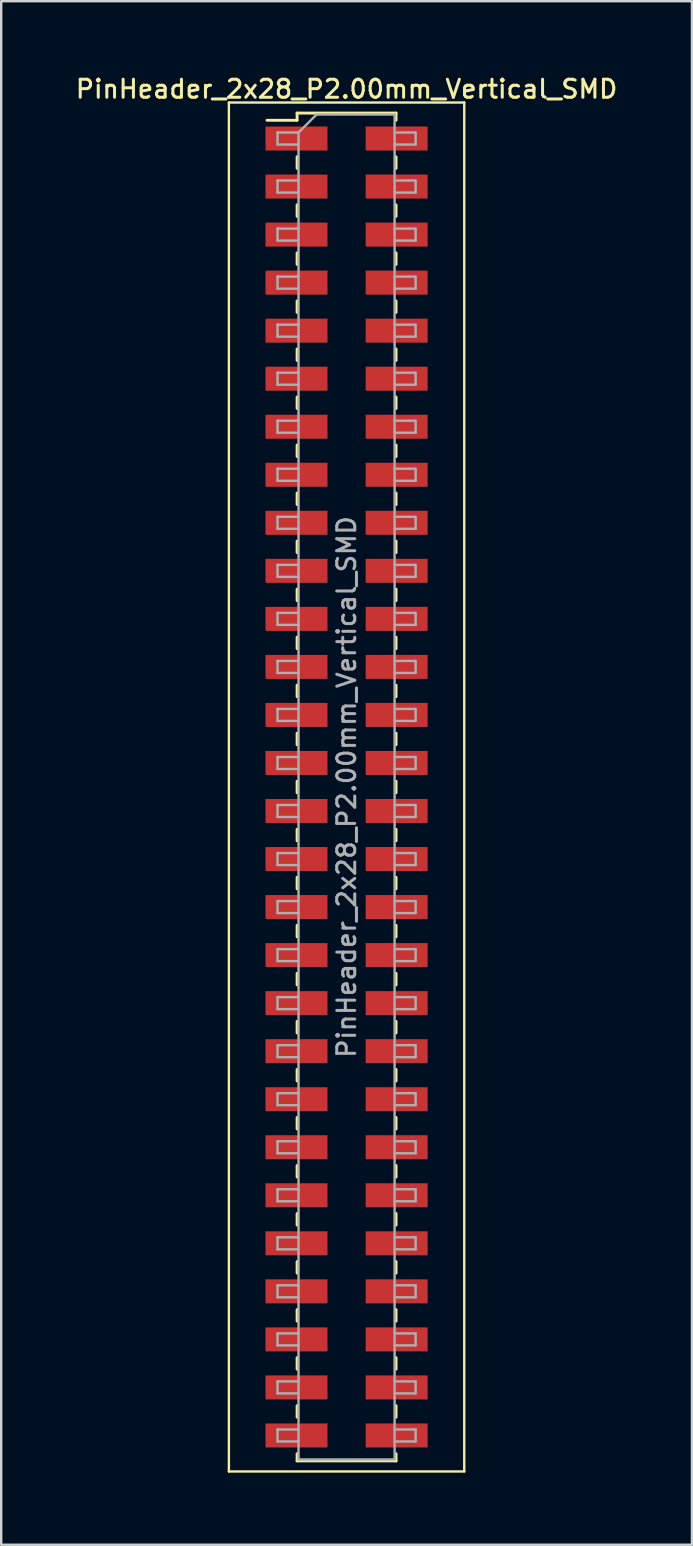
<source format=kicad_pcb>
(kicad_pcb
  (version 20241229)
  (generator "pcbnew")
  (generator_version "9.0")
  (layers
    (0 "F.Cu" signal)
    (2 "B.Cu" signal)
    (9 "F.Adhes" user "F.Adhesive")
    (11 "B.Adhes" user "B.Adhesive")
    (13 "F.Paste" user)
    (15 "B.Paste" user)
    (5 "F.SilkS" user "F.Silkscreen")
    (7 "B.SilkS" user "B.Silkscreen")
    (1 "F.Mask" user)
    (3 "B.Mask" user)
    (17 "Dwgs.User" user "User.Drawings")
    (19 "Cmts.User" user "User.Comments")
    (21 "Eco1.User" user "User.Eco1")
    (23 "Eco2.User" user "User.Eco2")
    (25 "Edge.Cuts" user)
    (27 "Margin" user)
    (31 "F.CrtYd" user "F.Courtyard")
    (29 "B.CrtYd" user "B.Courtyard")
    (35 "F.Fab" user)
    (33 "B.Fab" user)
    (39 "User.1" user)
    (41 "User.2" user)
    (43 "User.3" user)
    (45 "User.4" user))
  (footprint "PinHeader_2x28_P2.00mm_Vertical_SMD"
    (layer "F.Cu")
    (at 11.38 29.718)
    (property "Reference" "PinHeader_2x28_P2.00mm_Vertical_SMD" (at 0 -29.06 0) (layer "F.SilkS") (effects (font (size 0.75 0.75) (thickness 0.125))))
    (attr smd)
    (fp_line (start -4.9 -28.5) (end -4.9 28.5) (stroke (width 0.1) (type solid)) (layer "F.SilkS"))
    (fp_line (start -4.9 28.5) (end 4.9 28.5) (stroke (width 0.1) (type solid)) (layer "F.SilkS"))
    (fp_line (start -3.315 -27.76) (end -2.06 -27.76) (stroke (width 0.12) (type solid)) (layer "F.SilkS"))
    (fp_line (start -2.06 -28.06) (end -2.06 -27.76) (stroke (width 0.12) (type solid)) (layer "F.SilkS"))
    (fp_line (start -2.06 -28.06) (end 2.06 -28.06) (stroke (width 0.12) (type solid)) (layer "F.SilkS"))
    (fp_line (start -2.06 -26.24) (end -2.06 -25.76) (stroke (width 0.12) (type solid)) (layer "F.SilkS"))
    (fp_line (start -2.06 -24.24) (end -2.06 -23.76) (stroke (width 0.12) (type solid)) (layer "F.SilkS"))
    (fp_line (start -2.06 -22.24) (end -2.06 -21.76) (stroke (width 0.12) (type solid)) (layer "F.SilkS"))
    (fp_line (start -2.06 -20.24) (end -2.06 -19.76) (stroke (width 0.12) (type solid)) (layer "F.SilkS"))
    (fp_line (start -2.06 -18.24) (end -2.06 -17.76) (stroke (width 0.12) (type solid)) (layer "F.SilkS"))
    (fp_line (start -2.06 -16.24) (end -2.06 -15.76) (stroke (width 0.12) (type solid)) (layer "F.SilkS"))
    (fp_line (start -2.06 -14.24) (end -2.06 -13.76) (stroke (width 0.12) (type solid)) (layer "F.SilkS"))
    (fp_line (start -2.06 -12.24) (end -2.06 -11.76) (stroke (width 0.12) (type solid)) (layer "F.SilkS"))
    (fp_line (start -2.06 -10.24) (end -2.06 -9.76) (stroke (width 0.12) (type solid)) (layer "F.SilkS"))
    (fp_line (start -2.06 -8.24) (end -2.06 -7.76) (stroke (width 0.12) (type solid)) (layer "F.SilkS"))
    (fp_line (start -2.06 -6.24) (end -2.06 -5.76) (stroke (width 0.12) (type solid)) (layer "F.SilkS"))
    (fp_line (start -2.06 -4.24) (end -2.06 -3.76) (stroke (width 0.12) (type solid)) (layer "F.SilkS"))
    (fp_line (start -2.06 -2.24) (end -2.06 -1.76) (stroke (width 0.12) (type solid)) (layer "F.SilkS"))
    (fp_line (start -2.06 -0.24) (end -2.06 0.24) (stroke (width 0.12) (type solid)) (layer "F.SilkS"))
    (fp_line (start -2.06 1.76) (end -2.06 2.24) (stroke (width 0.12) (type solid)) (layer "F.SilkS"))
    (fp_line (start -2.06 3.76) (end -2.06 4.24) (stroke (width 0.12) (type solid)) (layer "F.SilkS"))
    (fp_line (start -2.06 5.76) (end -2.06 6.24) (stroke (width 0.12) (type solid)) (layer "F.SilkS"))
    (fp_line (start -2.06 7.76) (end -2.06 8.24) (stroke (width 0.12) (type solid)) (layer "F.SilkS"))
    (fp_line (start -2.06 9.76) (end -2.06 10.24) (stroke (width 0.12) (type solid)) (layer "F.SilkS"))
    (fp_line (start -2.06 11.76) (end -2.06 12.24) (stroke (width 0.12) (type solid)) (layer "F.SilkS"))
    (fp_line (start -2.06 13.76) (end -2.06 14.24) (stroke (width 0.12) (type solid)) (layer "F.SilkS"))
    (fp_line (start -2.06 15.76) (end -2.06 16.24) (stroke (width 0.12) (type solid)) (layer "F.SilkS"))
    (fp_line (start -2.06 17.76) (end -2.06 18.24) (stroke (width 0.12) (type solid)) (layer "F.SilkS"))
    (fp_line (start -2.06 19.76) (end -2.06 20.24) (stroke (width 0.12) (type solid)) (layer "F.SilkS"))
    (fp_line (start -2.06 21.76) (end -2.06 22.24) (stroke (width 0.12) (type solid)) (layer "F.SilkS"))
    (fp_line (start -2.06 23.76) (end -2.06 24.24) (stroke (width 0.12) (type solid)) (layer "F.SilkS"))
    (fp_line (start -2.06 25.76) (end -2.06 26.24) (stroke (width 0.12) (type solid)) (layer "F.SilkS"))
    (fp_line (start -2.06 27.76) (end -2.06 28.06) (stroke (width 0.12) (type solid)) (layer "F.SilkS"))
    (fp_line (start -2.06 28.06) (end 2.06 28.06) (stroke (width 0.12) (type solid)) (layer "F.SilkS"))
    (fp_line (start 2.06 -28.06) (end 2.06 -27.76) (stroke (width 0.12) (type solid)) (layer "F.SilkS"))
    (fp_line (start 2.06 -26.24) (end 2.06 -25.76) (stroke (width 0.12) (type solid)) (layer "F.SilkS"))
    (fp_line (start 2.06 -24.24) (end 2.06 -23.76) (stroke (width 0.12) (type solid)) (layer "F.SilkS"))
    (fp_line (start 2.06 -22.24) (end 2.06 -21.76) (stroke (width 0.12) (type solid)) (layer "F.SilkS"))
    (fp_line (start 2.06 -20.24) (end 2.06 -19.76) (stroke (width 0.12) (type solid)) (layer "F.SilkS"))
    (fp_line (start 2.06 -18.24) (end 2.06 -17.76) (stroke (width 0.12) (type solid)) (layer "F.SilkS"))
    (fp_line (start 2.06 -16.24) (end 2.06 -15.76) (stroke (width 0.12) (type solid)) (layer "F.SilkS"))
    (fp_line (start 2.06 -14.24) (end 2.06 -13.76) (stroke (width 0.12) (type solid)) (layer "F.SilkS"))
    (fp_line (start 2.06 -12.24) (end 2.06 -11.76) (stroke (width 0.12) (type solid)) (layer "F.SilkS"))
    (fp_line (start 2.06 -10.24) (end 2.06 -9.76) (stroke (width 0.12) (type solid)) (layer "F.SilkS"))
    (fp_line (start 2.06 -8.24) (end 2.06 -7.76) (stroke (width 0.12) (type solid)) (layer "F.SilkS"))
    (fp_line (start 2.06 -6.24) (end 2.06 -5.76) (stroke (width 0.12) (type solid)) (layer "F.SilkS"))
    (fp_line (start 2.06 -4.24) (end 2.06 -3.76) (stroke (width 0.12) (type solid)) (layer "F.SilkS"))
    (fp_line (start 2.06 -2.24) (end 2.06 -1.76) (stroke (width 0.12) (type solid)) (layer "F.SilkS"))
    (fp_line (start 2.06 -0.24) (end 2.06 0.24) (stroke (width 0.12) (type solid)) (layer "F.SilkS"))
    (fp_line (start 2.06 1.76) (end 2.06 2.24) (stroke (width 0.12) (type solid)) (layer "F.SilkS"))
    (fp_line (start 2.06 3.76) (end 2.06 4.24) (stroke (width 0.12) (type solid)) (layer "F.SilkS"))
    (fp_line (start 2.06 5.76) (end 2.06 6.24) (stroke (width 0.12) (type solid)) (layer "F.SilkS"))
    (fp_line (start 2.06 7.76) (end 2.06 8.24) (stroke (width 0.12) (type solid)) (layer "F.SilkS"))
    (fp_line (start 2.06 9.76) (end 2.06 10.24) (stroke (width 0.12) (type solid)) (layer "F.SilkS"))
    (fp_line (start 2.06 11.76) (end 2.06 12.24) (stroke (width 0.12) (type solid)) (layer "F.SilkS"))
    (fp_line (start 2.06 13.76) (end 2.06 14.24) (stroke (width 0.12) (type solid)) (layer "F.SilkS"))
    (fp_line (start 2.06 15.76) (end 2.06 16.24) (stroke (width 0.12) (type solid)) (layer "F.SilkS"))
    (fp_line (start 2.06 17.76) (end 2.06 18.24) (stroke (width 0.12) (type solid)) (layer "F.SilkS"))
    (fp_line (start 2.06 19.76) (end 2.06 20.24) (stroke (width 0.12) (type solid)) (layer "F.SilkS"))
    (fp_line (start 2.06 21.76) (end 2.06 22.24) (stroke (width 0.12) (type solid)) (layer "F.SilkS"))
    (fp_line (start 2.06 23.76) (end 2.06 24.24) (stroke (width 0.12) (type solid)) (layer "F.SilkS"))
    (fp_line (start 2.06 25.76) (end 2.06 26.24) (stroke (width 0.12) (type solid)) (layer "F.SilkS"))
    (fp_line (start 2.06 27.76) (end 2.06 28.06) (stroke (width 0.12) (type solid)) (layer "F.SilkS"))
    (fp_line (start 4.9 -28.5) (end -4.9 -28.5) (stroke (width 0.1) (type solid)) (layer "F.SilkS"))
    (fp_line (start 4.9 28.5) (end 4.9 -28.5) (stroke (width 0.1) (type solid)) (layer "F.SilkS"))
    (fp_line (start -2.875 -27.25) (end -2.875 -26.75) (stroke (width 0.1) (type solid)) (layer "F.Fab"))
    (fp_line (start -2.875 -26.75) (end -2 -26.75) (stroke (width 0.1) (type solid)) (layer "F.Fab"))
    (fp_line (start -2.875 -25.25) (end -2.875 -24.75) (stroke (width 0.1) (type solid)) (layer "F.Fab"))
    (fp_line (start -2.875 -24.75) (end -2 -24.75) (stroke (width 0.1) (type solid)) (layer "F.Fab"))
    (fp_line (start -2.875 -23.25) (end -2.875 -22.75) (stroke (width 0.1) (type solid)) (layer "F.Fab"))
    (fp_line (start -2.875 -22.75) (end -2 -22.75) (stroke (width 0.1) (type solid)) (layer "F.Fab"))
    (fp_line (start -2.875 -21.25) (end -2.875 -20.75) (stroke (width 0.1) (type solid)) (layer "F.Fab"))
    (fp_line (start -2.875 -20.75) (end -2 -20.75) (stroke (width 0.1) (type solid)) (layer "F.Fab"))
    (fp_line (start -2.875 -19.25) (end -2.875 -18.75) (stroke (width 0.1) (type solid)) (layer "F.Fab"))
    (fp_line (start -2.875 -18.75) (end -2 -18.75) (stroke (width 0.1) (type solid)) (layer "F.Fab"))
    (fp_line (start -2.875 -17.25) (end -2.875 -16.75) (stroke (width 0.1) (type solid)) (layer "F.Fab"))
    (fp_line (start -2.875 -16.75) (end -2 -16.75) (stroke (width 0.1) (type solid)) (layer "F.Fab"))
    (fp_line (start -2.875 -15.25) (end -2.875 -14.75) (stroke (width 0.1) (type solid)) (layer "F.Fab"))
    (fp_line (start -2.875 -14.75) (end -2 -14.75) (stroke (width 0.1) (type solid)) (layer "F.Fab"))
    (fp_line (start -2.875 -13.25) (end -2.875 -12.75) (stroke (width 0.1) (type solid)) (layer "F.Fab"))
    (fp_line (start -2.875 -12.75) (end -2 -12.75) (stroke (width 0.1) (type solid)) (layer "F.Fab"))
    (fp_line (start -2.875 -11.25) (end -2.875 -10.75) (stroke (width 0.1) (type solid)) (layer "F.Fab"))
    (fp_line (start -2.875 -10.75) (end -2 -10.75) (stroke (width 0.1) (type solid)) (layer "F.Fab"))
    (fp_line (start -2.875 -9.25) (end -2.875 -8.75) (stroke (width 0.1) (type solid)) (layer "F.Fab"))
    (fp_line (start -2.875 -8.75) (end -2 -8.75) (stroke (width 0.1) (type solid)) (layer "F.Fab"))
    (fp_line (start -2.875 -7.25) (end -2.875 -6.75) (stroke (width 0.1) (type solid)) (layer "F.Fab"))
    (fp_line (start -2.875 -6.75) (end -2 -6.75) (stroke (width 0.1) (type solid)) (layer "F.Fab"))
    (fp_line (start -2.875 -5.25) (end -2.875 -4.75) (stroke (width 0.1) (type solid)) (layer "F.Fab"))
    (fp_line (start -2.875 -4.75) (end -2 -4.75) (stroke (width 0.1) (type solid)) (layer "F.Fab"))
    (fp_line (start -2.875 -3.25) (end -2.875 -2.75) (stroke (width 0.1) (type solid)) (layer "F.Fab"))
    (fp_line (start -2.875 -2.75) (end -2 -2.75) (stroke (width 0.1) (type solid)) (layer "F.Fab"))
    (fp_line (start -2.875 -1.25) (end -2.875 -0.75) (stroke (width 0.1) (type solid)) (layer "F.Fab"))
    (fp_line (start -2.875 -0.75) (end -2 -0.75) (stroke (width 0.1) (type solid)) (layer "F.Fab"))
    (fp_line (start -2.875 0.75) (end -2.875 1.25) (stroke (width 0.1) (type solid)) (layer "F.Fab"))
    (fp_line (start -2.875 1.25) (end -2 1.25) (stroke (width 0.1) (type solid)) (layer "F.Fab"))
    (fp_line (start -2.875 2.75) (end -2.875 3.25) (stroke (width 0.1) (type solid)) (layer "F.Fab"))
    (fp_line (start -2.875 3.25) (end -2 3.25) (stroke (width 0.1) (type solid)) (layer "F.Fab"))
    (fp_line (start -2.875 4.75) (end -2.875 5.25) (stroke (width 0.1) (type solid)) (layer "F.Fab"))
    (fp_line (start -2.875 5.25) (end -2 5.25) (stroke (width 0.1) (type solid)) (layer "F.Fab"))
    (fp_line (start -2.875 6.75) (end -2.875 7.25) (stroke (width 0.1) (type solid)) (layer "F.Fab"))
    (fp_line (start -2.875 7.25) (end -2 7.25) (stroke (width 0.1) (type solid)) (layer "F.Fab"))
    (fp_line (start -2.875 8.75) (end -2.875 9.25) (stroke (width 0.1) (type solid)) (layer "F.Fab"))
    (fp_line (start -2.875 9.25) (end -2 9.25) (stroke (width 0.1) (type solid)) (layer "F.Fab"))
    (fp_line (start -2.875 10.75) (end -2.875 11.25) (stroke (width 0.1) (type solid)) (layer "F.Fab"))
    (fp_line (start -2.875 11.25) (end -2 11.25) (stroke (width 0.1) (type solid)) (layer "F.Fab"))
    (fp_line (start -2.875 12.75) (end -2.875 13.25) (stroke (width 0.1) (type solid)) (layer "F.Fab"))
    (fp_line (start -2.875 13.25) (end -2 13.25) (stroke (width 0.1) (type solid)) (layer "F.Fab"))
    (fp_line (start -2.875 14.75) (end -2.875 15.25) (stroke (width 0.1) (type solid)) (layer "F.Fab"))
    (fp_line (start -2.875 15.25) (end -2 15.25) (stroke (width 0.1) (type solid)) (layer "F.Fab"))
    (fp_line (start -2.875 16.75) (end -2.875 17.25) (stroke (width 0.1) (type solid)) (layer "F.Fab"))
    (fp_line (start -2.875 17.25) (end -2 17.25) (stroke (width 0.1) (type solid)) (layer "F.Fab"))
    (fp_line (start -2.875 18.75) (end -2.875 19.25) (stroke (width 0.1) (type solid)) (layer "F.Fab"))
    (fp_line (start -2.875 19.25) (end -2 19.25) (stroke (width 0.1) (type solid)) (layer "F.Fab"))
    (fp_line (start -2.875 20.75) (end -2.875 21.25) (stroke (width 0.1) (type solid)) (layer "F.Fab"))
    (fp_line (start -2.875 21.25) (end -2 21.25) (stroke (width 0.1) (type solid)) (layer "F.Fab"))
    (fp_line (start -2.875 22.75) (end -2.875 23.25) (stroke (width 0.1) (type solid)) (layer "F.Fab"))
    (fp_line (start -2.875 23.25) (end -2 23.25) (stroke (width 0.1) (type solid)) (layer "F.Fab"))
    (fp_line (start -2.875 24.75) (end -2.875 25.25) (stroke (width 0.1) (type solid)) (layer "F.Fab"))
    (fp_line (start -2.875 25.25) (end -2 25.25) (stroke (width 0.1) (type solid)) (layer "F.Fab"))
    (fp_line (start -2.875 26.75) (end -2.875 27.25) (stroke (width 0.1) (type solid)) (layer "F.Fab"))
    (fp_line (start -2.875 27.25) (end -2 27.25) (stroke (width 0.1) (type solid)) (layer "F.Fab"))
    (fp_line (start -2 -27.25) (end -2.875 -27.25) (stroke (width 0.1) (type solid)) (layer "F.Fab"))
    (fp_line (start -2 -27.25) (end -1.25 -28) (stroke (width 0.1) (type solid)) (layer "F.Fab"))
    (fp_line (start -2 -25.25) (end -2.875 -25.25) (stroke (width 0.1) (type solid)) (layer "F.Fab"))
    (fp_line (start -2 -23.25) (end -2.875 -23.25) (stroke (width 0.1) (type solid)) (layer "F.Fab"))
    (fp_line (start -2 -21.25) (end -2.875 -21.25) (stroke (width 0.1) (type solid)) (layer "F.Fab"))
    (fp_line (start -2 -19.25) (end -2.875 -19.25) (stroke (width 0.1) (type solid)) (layer "F.Fab"))
    (fp_line (start -2 -17.25) (end -2.875 -17.25) (stroke (width 0.1) (type solid)) (layer "F.Fab"))
    (fp_line (start -2 -15.25) (end -2.875 -15.25) (stroke (width 0.1) (type solid)) (layer "F.Fab"))
    (fp_line (start -2 -13.25) (end -2.875 -13.25) (stroke (width 0.1) (type solid)) (layer "F.Fab"))
    (fp_line (start -2 -11.25) (end -2.875 -11.25) (stroke (width 0.1) (type solid)) (layer "F.Fab"))
    (fp_line (start -2 -9.25) (end -2.875 -9.25) (stroke (width 0.1) (type solid)) (layer "F.Fab"))
    (fp_line (start -2 -7.25) (end -2.875 -7.25) (stroke (width 0.1) (type solid)) (layer "F.Fab"))
    (fp_line (start -2 -5.25) (end -2.875 -5.25) (stroke (width 0.1) (type solid)) (layer "F.Fab"))
    (fp_line (start -2 -3.25) (end -2.875 -3.25) (stroke (width 0.1) (type solid)) (layer "F.Fab"))
    (fp_line (start -2 -1.25) (end -2.875 -1.25) (stroke (width 0.1) (type solid)) (layer "F.Fab"))
    (fp_line (start -2 0.75) (end -2.875 0.75) (stroke (width 0.1) (type solid)) (layer "F.Fab"))
    (fp_line (start -2 2.75) (end -2.875 2.75) (stroke (width 0.1) (type solid)) (layer "F.Fab"))
    (fp_line (start -2 4.75) (end -2.875 4.75) (stroke (width 0.1) (type solid)) (layer "F.Fab"))
    (fp_line (start -2 6.75) (end -2.875 6.75) (stroke (width 0.1) (type solid)) (layer "F.Fab"))
    (fp_line (start -2 8.75) (end -2.875 8.75) (stroke (width 0.1) (type solid)) (layer "F.Fab"))
    (fp_line (start -2 10.75) (end -2.875 10.75) (stroke (width 0.1) (type solid)) (layer "F.Fab"))
    (fp_line (start -2 12.75) (end -2.875 12.75) (stroke (width 0.1) (type solid)) (layer "F.Fab"))
    (fp_line (start -2 14.75) (end -2.875 14.75) (stroke (width 0.1) (type solid)) (layer "F.Fab"))
    (fp_line (start -2 16.75) (end -2.875 16.75) (stroke (width 0.1) (type solid)) (layer "F.Fab"))
    (fp_line (start -2 18.75) (end -2.875 18.75) (stroke (width 0.1) (type solid)) (layer "F.Fab"))
    (fp_line (start -2 20.75) (end -2.875 20.75) (stroke (width 0.1) (type solid)) (layer "F.Fab"))
    (fp_line (start -2 22.75) (end -2.875 22.75) (stroke (width 0.1) (type solid)) (layer "F.Fab"))
    (fp_line (start -2 24.75) (end -2.875 24.75) (stroke (width 0.1) (type solid)) (layer "F.Fab"))
    (fp_line (start -2 26.75) (end -2.875 26.75) (stroke (width 0.1) (type solid)) (layer "F.Fab"))
    (fp_line (start -2 28) (end -2 -27.25) (stroke (width 0.1) (type solid)) (layer "F.Fab"))
    (fp_line (start -1.25 -28) (end 2 -28) (stroke (width 0.1) (type solid)) (layer "F.Fab"))
    (fp_line (start 2 -28) (end 2 28) (stroke (width 0.1) (type solid)) (layer "F.Fab"))
    (fp_line (start 2 -27.25) (end 2.875 -27.25) (stroke (width 0.1) (type solid)) (layer "F.Fab"))
    (fp_line (start 2 -25.25) (end 2.875 -25.25) (stroke (width 0.1) (type solid)) (layer "F.Fab"))
    (fp_line (start 2 -23.25) (end 2.875 -23.25) (stroke (width 0.1) (type solid)) (layer "F.Fab"))
    (fp_line (start 2 -21.25) (end 2.875 -21.25) (stroke (width 0.1) (type solid)) (layer "F.Fab"))
    (fp_line (start 2 -19.25) (end 2.875 -19.25) (stroke (width 0.1) (type solid)) (layer "F.Fab"))
    (fp_line (start 2 -17.25) (end 2.875 -17.25) (stroke (width 0.1) (type solid)) (layer "F.Fab"))
    (fp_line (start 2 -15.25) (end 2.875 -15.25) (stroke (width 0.1) (type solid)) (layer "F.Fab"))
    (fp_line (start 2 -13.25) (end 2.875 -13.25) (stroke (width 0.1) (type solid)) (layer "F.Fab"))
    (fp_line (start 2 -11.25) (end 2.875 -11.25) (stroke (width 0.1) (type solid)) (layer "F.Fab"))
    (fp_line (start 2 -9.25) (end 2.875 -9.25) (stroke (width 0.1) (type solid)) (layer "F.Fab"))
    (fp_line (start 2 -7.25) (end 2.875 -7.25) (stroke (width 0.1) (type solid)) (layer "F.Fab"))
    (fp_line (start 2 -5.25) (end 2.875 -5.25) (stroke (width 0.1) (type solid)) (layer "F.Fab"))
    (fp_line (start 2 -3.25) (end 2.875 -3.25) (stroke (width 0.1) (type solid)) (layer "F.Fab"))
    (fp_line (start 2 -1.25) (end 2.875 -1.25) (stroke (width 0.1) (type solid)) (layer "F.Fab"))
    (fp_line (start 2 0.75) (end 2.875 0.75) (stroke (width 0.1) (type solid)) (layer "F.Fab"))
    (fp_line (start 2 2.75) (end 2.875 2.75) (stroke (width 0.1) (type solid)) (layer "F.Fab"))
    (fp_line (start 2 4.75) (end 2.875 4.75) (stroke (width 0.1) (type solid)) (layer "F.Fab"))
    (fp_line (start 2 6.75) (end 2.875 6.75) (stroke (width 0.1) (type solid)) (layer "F.Fab"))
    (fp_line (start 2 8.75) (end 2.875 8.75) (stroke (width 0.1) (type solid)) (layer "F.Fab"))
    (fp_line (start 2 10.75) (end 2.875 10.75) (stroke (width 0.1) (type solid)) (layer "F.Fab"))
    (fp_line (start 2 12.75) (end 2.875 12.75) (stroke (width 0.1) (type solid)) (layer "F.Fab"))
    (fp_line (start 2 14.75) (end 2.875 14.75) (stroke (width 0.1) (type solid)) (layer "F.Fab"))
    (fp_line (start 2 16.75) (end 2.875 16.75) (stroke (width 0.1) (type solid)) (layer "F.Fab"))
    (fp_line (start 2 18.75) (end 2.875 18.75) (stroke (width 0.1) (type solid)) (layer "F.Fab"))
    (fp_line (start 2 20.75) (end 2.875 20.75) (stroke (width 0.1) (type solid)) (layer "F.Fab"))
    (fp_line (start 2 22.75) (end 2.875 22.75) (stroke (width 0.1) (type solid)) (layer "F.Fab"))
    (fp_line (start 2 24.75) (end 2.875 24.75) (stroke (width 0.1) (type solid)) (layer "F.Fab"))
    (fp_line (start 2 26.75) (end 2.875 26.75) (stroke (width 0.1) (type solid)) (layer "F.Fab"))
    (fp_line (start 2 28) (end -2 28) (stroke (width 0.1) (type solid)) (layer "F.Fab"))
    (fp_line (start 2.875 -27.25) (end 2.875 -26.75) (stroke (width 0.1) (type solid)) (layer "F.Fab"))
    (fp_line (start 2.875 -26.75) (end 2 -26.75) (stroke (width 0.1) (type solid)) (layer "F.Fab"))
    (fp_line (start 2.875 -25.25) (end 2.875 -24.75) (stroke (width 0.1) (type solid)) (layer "F.Fab"))
    (fp_line (start 2.875 -24.75) (end 2 -24.75) (stroke (width 0.1) (type solid)) (layer "F.Fab"))
    (fp_line (start 2.875 -23.25) (end 2.875 -22.75) (stroke (width 0.1) (type solid)) (layer "F.Fab"))
    (fp_line (start 2.875 -22.75) (end 2 -22.75) (stroke (width 0.1) (type solid)) (layer "F.Fab"))
    (fp_line (start 2.875 -21.25) (end 2.875 -20.75) (stroke (width 0.1) (type solid)) (layer "F.Fab"))
    (fp_line (start 2.875 -20.75) (end 2 -20.75) (stroke (width 0.1) (type solid)) (layer "F.Fab"))
    (fp_line (start 2.875 -19.25) (end 2.875 -18.75) (stroke (width 0.1) (type solid)) (layer "F.Fab"))
    (fp_line (start 2.875 -18.75) (end 2 -18.75) (stroke (width 0.1) (type solid)) (layer "F.Fab"))
    (fp_line (start 2.875 -17.25) (end 2.875 -16.75) (stroke (width 0.1) (type solid)) (layer "F.Fab"))
    (fp_line (start 2.875 -16.75) (end 2 -16.75) (stroke (width 0.1) (type solid)) (layer "F.Fab"))
    (fp_line (start 2.875 -15.25) (end 2.875 -14.75) (stroke (width 0.1) (type solid)) (layer "F.Fab"))
    (fp_line (start 2.875 -14.75) (end 2 -14.75) (stroke (width 0.1) (type solid)) (layer "F.Fab"))
    (fp_line (start 2.875 -13.25) (end 2.875 -12.75) (stroke (width 0.1) (type solid)) (layer "F.Fab"))
    (fp_line (start 2.875 -12.75) (end 2 -12.75) (stroke (width 0.1) (type solid)) (layer "F.Fab"))
    (fp_line (start 2.875 -11.25) (end 2.875 -10.75) (stroke (width 0.1) (type solid)) (layer "F.Fab"))
    (fp_line (start 2.875 -10.75) (end 2 -10.75) (stroke (width 0.1) (type solid)) (layer "F.Fab"))
    (fp_line (start 2.875 -9.25) (end 2.875 -8.75) (stroke (width 0.1) (type solid)) (layer "F.Fab"))
    (fp_line (start 2.875 -8.75) (end 2 -8.75) (stroke (width 0.1) (type solid)) (layer "F.Fab"))
    (fp_line (start 2.875 -7.25) (end 2.875 -6.75) (stroke (width 0.1) (type solid)) (layer "F.Fab"))
    (fp_line (start 2.875 -6.75) (end 2 -6.75) (stroke (width 0.1) (type solid)) (layer "F.Fab"))
    (fp_line (start 2.875 -5.25) (end 2.875 -4.75) (stroke (width 0.1) (type solid)) (layer "F.Fab"))
    (fp_line (start 2.875 -4.75) (end 2 -4.75) (stroke (width 0.1) (type solid)) (layer "F.Fab"))
    (fp_line (start 2.875 -3.25) (end 2.875 -2.75) (stroke (width 0.1) (type solid)) (layer "F.Fab"))
    (fp_line (start 2.875 -2.75) (end 2 -2.75) (stroke (width 0.1) (type solid)) (layer "F.Fab"))
    (fp_line (start 2.875 -1.25) (end 2.875 -0.75) (stroke (width 0.1) (type solid)) (layer "F.Fab"))
    (fp_line (start 2.875 -0.75) (end 2 -0.75) (stroke (width 0.1) (type solid)) (layer "F.Fab"))
    (fp_line (start 2.875 0.75) (end 2.875 1.25) (stroke (width 0.1) (type solid)) (layer "F.Fab"))
    (fp_line (start 2.875 1.25) (end 2 1.25) (stroke (width 0.1) (type solid)) (layer "F.Fab"))
    (fp_line (start 2.875 2.75) (end 2.875 3.25) (stroke (width 0.1) (type solid)) (layer "F.Fab"))
    (fp_line (start 2.875 3.25) (end 2 3.25) (stroke (width 0.1) (type solid)) (layer "F.Fab"))
    (fp_line (start 2.875 4.75) (end 2.875 5.25) (stroke (width 0.1) (type solid)) (layer "F.Fab"))
    (fp_line (start 2.875 5.25) (end 2 5.25) (stroke (width 0.1) (type solid)) (layer "F.Fab"))
    (fp_line (start 2.875 6.75) (end 2.875 7.25) (stroke (width 0.1) (type solid)) (layer "F.Fab"))
    (fp_line (start 2.875 7.25) (end 2 7.25) (stroke (width 0.1) (type solid)) (layer "F.Fab"))
    (fp_line (start 2.875 8.75) (end 2.875 9.25) (stroke (width 0.1) (type solid)) (layer "F.Fab"))
    (fp_line (start 2.875 9.25) (end 2 9.25) (stroke (width 0.1) (type solid)) (layer "F.Fab"))
    (fp_line (start 2.875 10.75) (end 2.875 11.25) (stroke (width 0.1) (type solid)) (layer "F.Fab"))
    (fp_line (start 2.875 11.25) (end 2 11.25) (stroke (width 0.1) (type solid)) (layer "F.Fab"))
    (fp_line (start 2.875 12.75) (end 2.875 13.25) (stroke (width 0.1) (type solid)) (layer "F.Fab"))
    (fp_line (start 2.875 13.25) (end 2 13.25) (stroke (width 0.1) (type solid)) (layer "F.Fab"))
    (fp_line (start 2.875 14.75) (end 2.875 15.25) (stroke (width 0.1) (type solid)) (layer "F.Fab"))
    (fp_line (start 2.875 15.25) (end 2 15.25) (stroke (width 0.1) (type solid)) (layer "F.Fab"))
    (fp_line (start 2.875 16.75) (end 2.875 17.25) (stroke (width 0.1) (type solid)) (layer "F.Fab"))
    (fp_line (start 2.875 17.25) (end 2 17.25) (stroke (width 0.1) (type solid)) (layer "F.Fab"))
    (fp_line (start 2.875 18.75) (end 2.875 19.25) (stroke (width 0.1) (type solid)) (layer "F.Fab"))
    (fp_line (start 2.875 19.25) (end 2 19.25) (stroke (width 0.1) (type solid)) (layer "F.Fab"))
    (fp_line (start 2.875 20.75) (end 2.875 21.25) (stroke (width 0.1) (type solid)) (layer "F.Fab"))
    (fp_line (start 2.875 21.25) (end 2 21.25) (stroke (width 0.1) (type solid)) (layer "F.Fab"))
    (fp_line (start 2.875 22.75) (end 2.875 23.25) (stroke (width 0.1) (type solid)) (layer "F.Fab"))
    (fp_line (start 2.875 23.25) (end 2 23.25) (stroke (width 0.1) (type solid)) (layer "F.Fab"))
    (fp_line (start 2.875 24.75) (end 2.875 25.25) (stroke (width 0.1) (type solid)) (layer "F.Fab"))
    (fp_line (start 2.875 25.25) (end 2 25.25) (stroke (width 0.1) (type solid)) (layer "F.Fab"))
    (fp_line (start 2.875 26.75) (end 2.875 27.25) (stroke (width 0.1) (type solid)) (layer "F.Fab"))
    (fp_line (start 2.875 27.25) (end 2 27.25) (stroke (width 0.1) (type solid)) (layer "F.Fab"))
    (fp_text user "${REFERENCE}" (at 0 0 90) (layer "F.Fab") (effects (font (size 0.75 0.75) (thickness 0.125))))
    (pad "1" smd rect (at -2.085 -27) (size 2.58 1) (layers "F.Cu" "F.Mask" "F.Paste"))
    (pad "2" smd rect (at 2.085 -27) (size 2.58 1) (layers "F.Cu" "F.Mask" "F.Paste"))
    (pad "3" smd rect (at -2.085 -25) (size 2.58 1) (layers "F.Cu" "F.Mask" "F.Paste"))
    (pad "4" smd rect (at 2.085 -25) (size 2.58 1) (layers "F.Cu" "F.Mask" "F.Paste"))
    (pad "5" smd rect (at -2.085 -23) (size 2.58 1) (layers "F.Cu" "F.Mask" "F.Paste"))
    (pad "6" smd rect (at 2.085 -23) (size 2.58 1) (layers "F.Cu" "F.Mask" "F.Paste"))
    (pad "7" smd rect (at -2.085 -21) (size 2.58 1) (layers "F.Cu" "F.Mask" "F.Paste"))
    (pad "8" smd rect (at 2.085 -21) (size 2.58 1) (layers "F.Cu" "F.Mask" "F.Paste"))
    (pad "9" smd rect (at -2.085 -19) (size 2.58 1) (layers "F.Cu" "F.Mask" "F.Paste"))
    (pad "10" smd rect (at 2.085 -19) (size 2.58 1) (layers "F.Cu" "F.Mask" "F.Paste"))
    (pad "11" smd rect (at -2.085 -17) (size 2.58 1) (layers "F.Cu" "F.Mask" "F.Paste"))
    (pad "12" smd rect (at 2.085 -17) (size 2.58 1) (layers "F.Cu" "F.Mask" "F.Paste"))
    (pad "13" smd rect (at -2.085 -15) (size 2.58 1) (layers "F.Cu" "F.Mask" "F.Paste"))
    (pad "14" smd rect (at 2.085 -15) (size 2.58 1) (layers "F.Cu" "F.Mask" "F.Paste"))
    (pad "15" smd rect (at -2.085 -13) (size 2.58 1) (layers "F.Cu" "F.Mask" "F.Paste"))
    (pad "16" smd rect (at 2.085 -13) (size 2.58 1) (layers "F.Cu" "F.Mask" "F.Paste"))
    (pad "17" smd rect (at -2.085 -11) (size 2.58 1) (layers "F.Cu" "F.Mask" "F.Paste"))
    (pad "18" smd rect (at 2.085 -11) (size 2.58 1) (layers "F.Cu" "F.Mask" "F.Paste"))
    (pad "19" smd rect (at -2.085 -9) (size 2.58 1) (layers "F.Cu" "F.Mask" "F.Paste"))
    (pad "20" smd rect (at 2.085 -9) (size 2.58 1) (layers "F.Cu" "F.Mask" "F.Paste"))
    (pad "21" smd rect (at -2.085 -7) (size 2.58 1) (layers "F.Cu" "F.Mask" "F.Paste"))
    (pad "22" smd rect (at 2.085 -7) (size 2.58 1) (layers "F.Cu" "F.Mask" "F.Paste"))
    (pad "23" smd rect (at -2.085 -5) (size 2.58 1) (layers "F.Cu" "F.Mask" "F.Paste"))
    (pad "24" smd rect (at 2.085 -5) (size 2.58 1) (layers "F.Cu" "F.Mask" "F.Paste"))
    (pad "25" smd rect (at -2.085 -3) (size 2.58 1) (layers "F.Cu" "F.Mask" "F.Paste"))
    (pad "26" smd rect (at 2.085 -3) (size 2.58 1) (layers "F.Cu" "F.Mask" "F.Paste"))
    (pad "27" smd rect (at -2.085 -1) (size 2.58 1) (layers "F.Cu" "F.Mask" "F.Paste"))
    (pad "28" smd rect (at 2.085 -1) (size 2.58 1) (layers "F.Cu" "F.Mask" "F.Paste"))
    (pad "29" smd rect (at -2.085 1) (size 2.58 1) (layers "F.Cu" "F.Mask" "F.Paste"))
    (pad "30" smd rect (at 2.085 1) (size 2.58 1) (layers "F.Cu" "F.Mask" "F.Paste"))
    (pad "31" smd rect (at -2.085 3) (size 2.58 1) (layers "F.Cu" "F.Mask" "F.Paste"))
    (pad "32" smd rect (at 2.085 3) (size 2.58 1) (layers "F.Cu" "F.Mask" "F.Paste"))
    (pad "33" smd rect (at -2.085 5) (size 2.58 1) (layers "F.Cu" "F.Mask" "F.Paste"))
    (pad "34" smd rect (at 2.085 5) (size 2.58 1) (layers "F.Cu" "F.Mask" "F.Paste"))
    (pad "35" smd rect (at -2.085 7) (size 2.58 1) (layers "F.Cu" "F.Mask" "F.Paste"))
    (pad "36" smd rect (at 2.085 7) (size 2.58 1) (layers "F.Cu" "F.Mask" "F.Paste"))
    (pad "37" smd rect (at -2.085 9) (size 2.58 1) (layers "F.Cu" "F.Mask" "F.Paste"))
    (pad "38" smd rect (at 2.085 9) (size 2.58 1) (layers "F.Cu" "F.Mask" "F.Paste"))
    (pad "39" smd rect (at -2.085 11) (size 2.58 1) (layers "F.Cu" "F.Mask" "F.Paste"))
    (pad "40" smd rect (at 2.085 11) (size 2.58 1) (layers "F.Cu" "F.Mask" "F.Paste"))
    (pad "41" smd rect (at -2.085 13) (size 2.58 1) (layers "F.Cu" "F.Mask" "F.Paste"))
    (pad "42" smd rect (at 2.085 13) (size 2.58 1) (layers "F.Cu" "F.Mask" "F.Paste"))
    (pad "43" smd rect (at -2.085 15) (size 2.58 1) (layers "F.Cu" "F.Mask" "F.Paste"))
    (pad "44" smd rect (at 2.085 15) (size 2.58 1) (layers "F.Cu" "F.Mask" "F.Paste"))
    (pad "45" smd rect (at -2.085 17) (size 2.58 1) (layers "F.Cu" "F.Mask" "F.Paste"))
    (pad "46" smd rect (at 2.085 17) (size 2.58 1) (layers "F.Cu" "F.Mask" "F.Paste"))
    (pad "47" smd rect (at -2.085 19) (size 2.58 1) (layers "F.Cu" "F.Mask" "F.Paste"))
    (pad "48" smd rect (at 2.085 19) (size 2.58 1) (layers "F.Cu" "F.Mask" "F.Paste"))
    (pad "49" smd rect (at -2.085 21) (size 2.58 1) (layers "F.Cu" "F.Mask" "F.Paste"))
    (pad "50" smd rect (at 2.085 21) (size 2.58 1) (layers "F.Cu" "F.Mask" "F.Paste"))
    (pad "51" smd rect (at -2.085 23) (size 2.58 1) (layers "F.Cu" "F.Mask" "F.Paste"))
    (pad "52" smd rect (at 2.085 23) (size 2.58 1) (layers "F.Cu" "F.Mask" "F.Paste"))
    (pad "53" smd rect (at -2.085 25) (size 2.58 1) (layers "F.Cu" "F.Mask" "F.Paste"))
    (pad "54" smd rect (at 2.085 25) (size 2.58 1) (layers "F.Cu" "F.Mask" "F.Paste"))
    (pad "55" smd rect (at -2.085 27) (size 2.58 1) (layers "F.Cu" "F.Mask" "F.Paste"))
    (pad "56" smd rect (at 2.085 27) (size 2.58 1) (layers "F.Cu" "F.Mask" "F.Paste")))
  (gr_rect
    (start -3 -3)
    (end 25.761 61.268)
    (stroke (width 0.1) (type default))
    (fill no)
    (layer "Edge.Cuts")))
</source>
